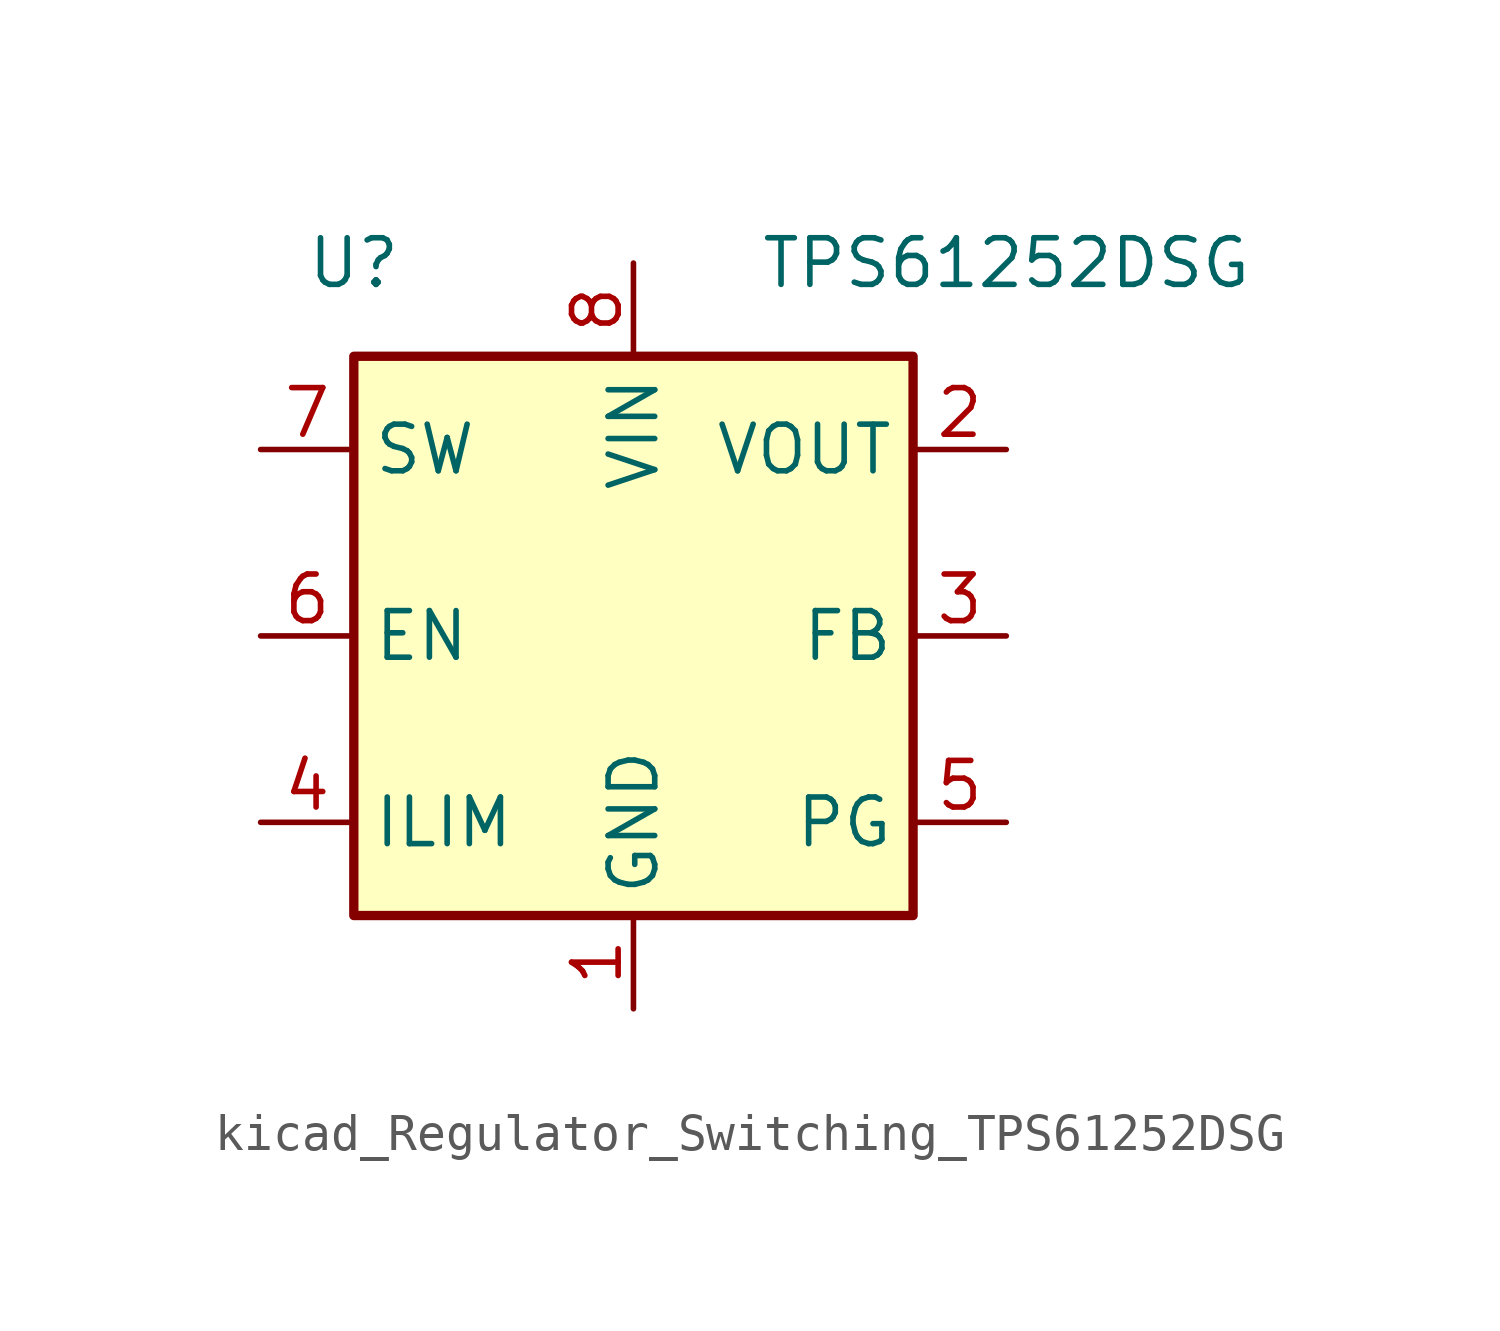
<source format=kicad_sym>
(kicad_symbol_lib
  (version 20220914)
  (generator kicad_symbol_editor)
  (symbol "kicad_Regulator_Switching_TPS61252DSG"
    (property "Reference" "U"
      (at -7.62 10.16 0)
      (effects (font (size 1.27 1.27))))
    (property "Value" "TPS61252DSG"
      (at 10.16 10.16 0)
      (effects (font (size 1.27 1.27))))
    (symbol "kicad_Regulator_Switching_TPS61252DSG_1_1"
      (rectangle (start -7.62 7.62) (end 7.62 -7.62) (stroke (width 0.254) (type default)) (fill (type background)))
      (pin power_in line (at 0 -10.16 90) (length 2.54) (name "GND" (effects (font (size 1.27 1.27)))) (number "1" (effects (font (size 1.27 1.27)))))
      (pin power_out line (at 10.16 5.08 180) (length 2.54) (name "VOUT" (effects (font (size 1.27 1.27)))) (number "2" (effects (font (size 1.27 1.27)))))
      (pin input line (at 10.16 0 180) (length 2.54) (name "FB" (effects (font (size 1.27 1.27)))) (number "3" (effects (font (size 1.27 1.27)))))
      (pin input line (at -10.16 -5.08 0) (length 2.54) (name "ILIM" (effects (font (size 1.27 1.27)))) (number "4" (effects (font (size 1.27 1.27)))))
      (pin open_collector line (at 10.16 -5.08 180) (length 2.54) (name "PG" (effects (font (size 1.27 1.27)))) (number "5" (effects (font (size 1.27 1.27)))))
      (pin input line (at -10.16 0 0) (length 2.54) (name "EN" (effects (font (size 1.27 1.27)))) (number "6" (effects (font (size 1.27 1.27)))))
      (pin passive line (at -10.16 5.08 0) (length 2.54) (name "SW" (effects (font (size 1.27 1.27)))) (number "7" (effects (font (size 1.27 1.27)))))
      (pin power_in line (at 0 10.16 270) (length 2.54) (name "VIN" (effects (font (size 1.27 1.27)))) (number "8" (effects (font (size 1.27 1.27)))))
      (pin passive line (at 0 -10.16 90) (length 2.54) hide (name "GND" (effects (font (size 1.27 1.27)))) (number "9" (effects (font (size 1.27 1.27))))))))
</source>
